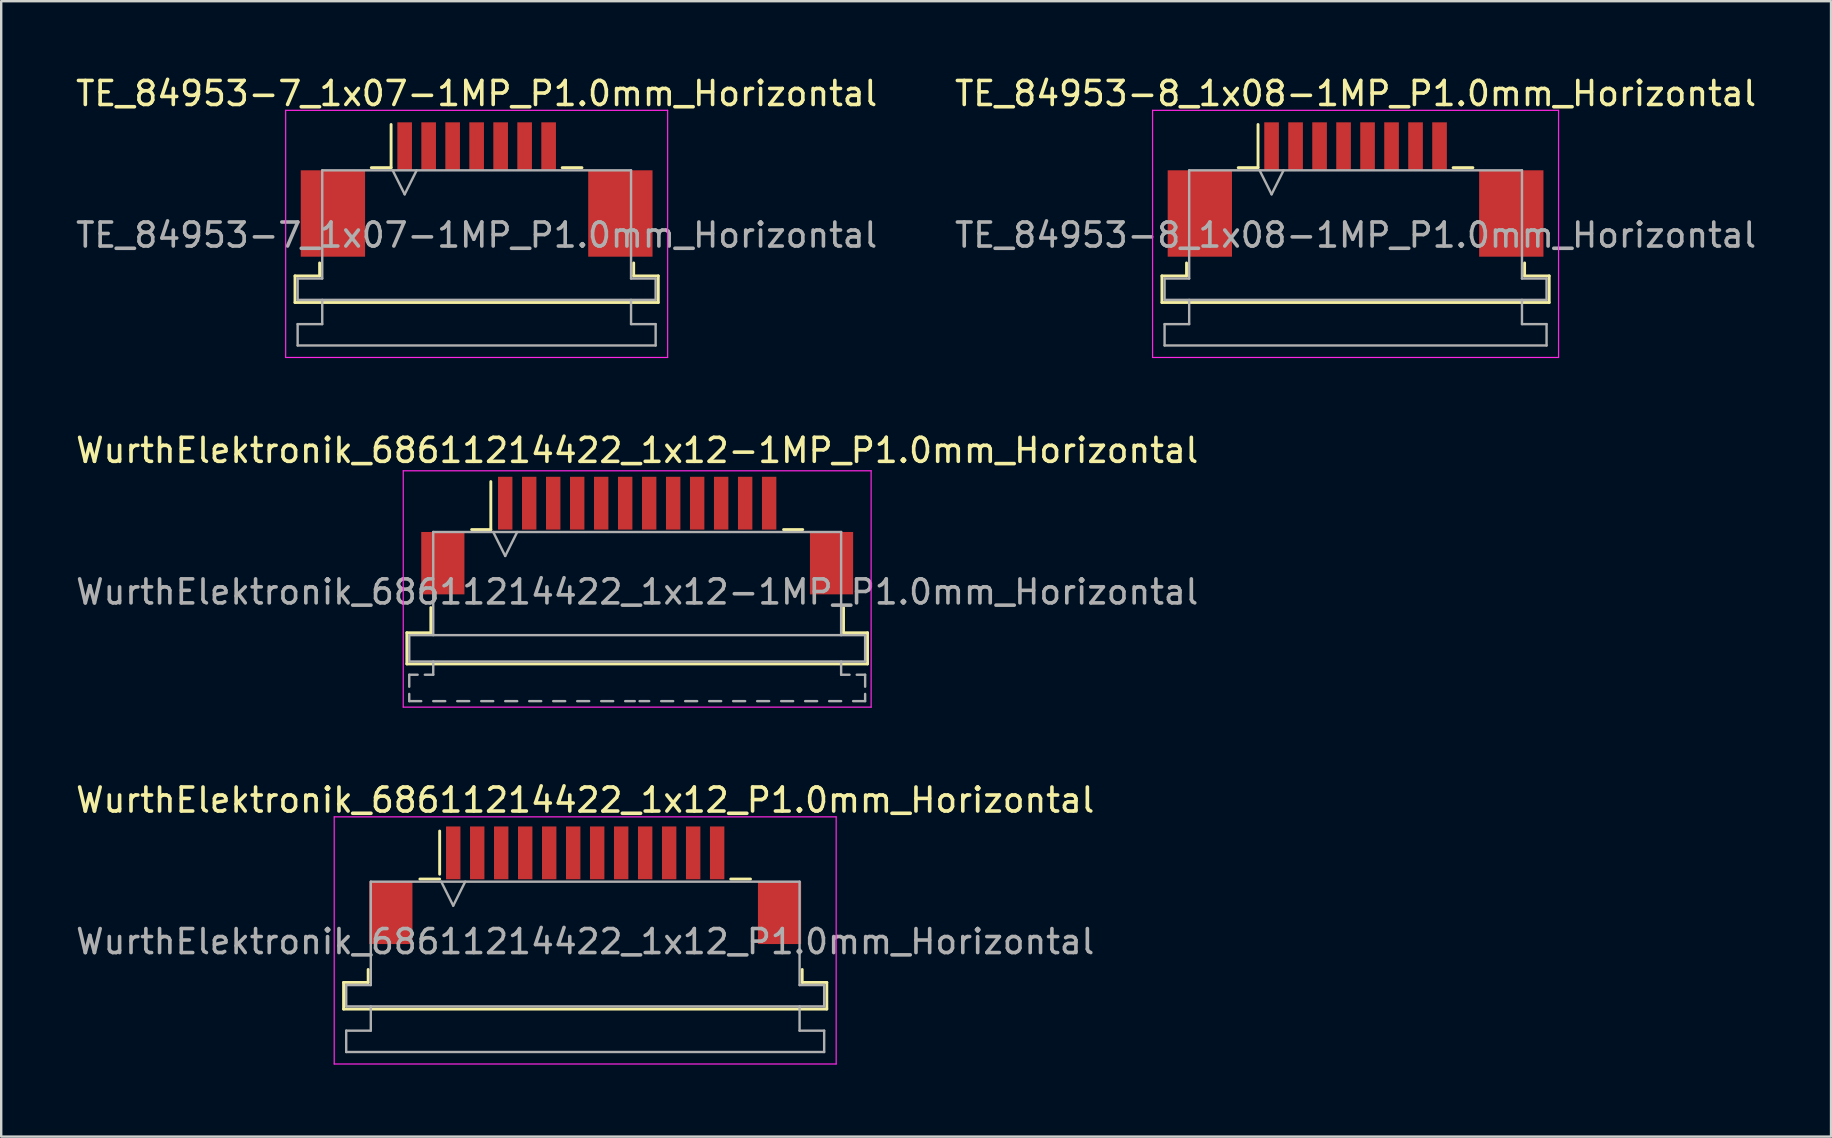
<source format=kicad_pcb>
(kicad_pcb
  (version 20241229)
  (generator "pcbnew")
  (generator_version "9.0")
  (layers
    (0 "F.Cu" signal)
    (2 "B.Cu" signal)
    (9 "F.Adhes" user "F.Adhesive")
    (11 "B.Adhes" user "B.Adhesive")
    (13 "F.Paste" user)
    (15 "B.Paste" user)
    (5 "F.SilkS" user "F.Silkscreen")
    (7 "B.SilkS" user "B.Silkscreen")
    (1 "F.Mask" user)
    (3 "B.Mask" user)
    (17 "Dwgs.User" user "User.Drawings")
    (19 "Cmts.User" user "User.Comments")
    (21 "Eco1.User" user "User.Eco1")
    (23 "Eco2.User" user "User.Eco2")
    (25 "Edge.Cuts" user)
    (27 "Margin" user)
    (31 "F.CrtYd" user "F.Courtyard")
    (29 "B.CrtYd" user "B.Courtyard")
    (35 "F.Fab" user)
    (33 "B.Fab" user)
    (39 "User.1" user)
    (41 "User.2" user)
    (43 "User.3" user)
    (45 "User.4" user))
  (footprint "TE_84953-7_1x07-1MP_P1.0mm_Horizontal"
    (layer "F.Cu")
    (at 16.815 4.848)
    (property "Reference" "TE_84953-7_1x07-1MP_P1.0mm_Horizontal" (at 0 -4 0) (layer "F.SilkS") (effects (font (size 1 1) (thickness 0.15))))
    (attr smd)
    (fp_line (start -7.57 3.6) (end -6.545 3.6) (stroke (width 0.12) (type solid)) (layer "F.SilkS"))
    (fp_line (start -7.57 4.71) (end -7.57 3.6) (stroke (width 0.12) (type solid)) (layer "F.SilkS"))
    (fp_line (start -6.545 3.6) (end -6.545 3.06) (stroke (width 0.12) (type solid)) (layer "F.SilkS"))
    (fp_line (start -4.39 -0.91) (end -3.565 -0.91) (stroke (width 0.12) (type solid)) (layer "F.SilkS"))
    (fp_line (start -3.565 -0.91) (end -3.565 -2.71) (stroke (width 0.12) (type solid)) (layer "F.SilkS"))
    (fp_line (start 3.565 -0.91) (end 4.39 -0.91) (stroke (width 0.12) (type solid)) (layer "F.SilkS"))
    (fp_line (start 6.545 3.06) (end 6.545 3.6) (stroke (width 0.12) (type solid)) (layer "F.SilkS"))
    (fp_line (start 6.545 3.6) (end 7.57 3.6) (stroke (width 0.12) (type solid)) (layer "F.SilkS"))
    (fp_line (start 7.57 3.6) (end 7.57 4.71) (stroke (width 0.12) (type solid)) (layer "F.SilkS"))
    (fp_line (start 7.57 4.71) (end -7.57 4.71) (stroke (width 0.12) (type solid)) (layer "F.SilkS"))
    (fp_line (start -7.96 -3.3) (end -7.96 7) (stroke (width 0.05) (type solid)) (layer "F.CrtYd"))
    (fp_line (start -7.96 7) (end 7.96 7) (stroke (width 0.05) (type solid)) (layer "F.CrtYd"))
    (fp_line (start 7.96 -3.3) (end -7.96 -3.3) (stroke (width 0.05) (type solid)) (layer "F.CrtYd"))
    (fp_line (start 7.96 7) (end 7.96 -3.3) (stroke (width 0.05) (type solid)) (layer "F.CrtYd"))
    (fp_line (start -7.46 3.71) (end -6.435 3.71) (stroke (width 0.1) (type solid)) (layer "F.Fab"))
    (fp_line (start -7.46 4.6) (end -7.46 3.71) (stroke (width 0.1) (type solid)) (layer "F.Fab"))
    (fp_line (start -7.46 5.61) (end -6.435 5.61) (stroke (width 0.1) (type solid)) (layer "F.Fab"))
    (fp_line (start -7.46 6.5) (end -7.46 5.61) (stroke (width 0.1) (type solid)) (layer "F.Fab"))
    (fp_line (start -6.435 -0.8) (end 6.435 -0.8) (stroke (width 0.1) (type solid)) (layer "F.Fab"))
    (fp_line (start -6.435 3.71) (end -6.435 -0.8) (stroke (width 0.1) (type solid)) (layer "F.Fab"))
    (fp_line (start -6.435 5.61) (end -6.435 4.6) (stroke (width 0.1) (type solid)) (layer "F.Fab"))
    (fp_line (start -3.5 -0.8) (end -3 0.2) (stroke (width 0.1) (type solid)) (layer "F.Fab"))
    (fp_line (start -3 0.2) (end -2.5 -0.8) (stroke (width 0.1) (type solid)) (layer "F.Fab"))
    (fp_line (start 6.435 -0.8) (end 6.435 3.71) (stroke (width 0.1) (type solid)) (layer "F.Fab"))
    (fp_line (start 6.435 3.71) (end 7.46 3.71) (stroke (width 0.1) (type solid)) (layer "F.Fab"))
    (fp_line (start 6.435 4.6) (end 6.435 5.61) (stroke (width 0.1) (type solid)) (layer "F.Fab"))
    (fp_line (start 6.435 5.61) (end 7.46 5.61) (stroke (width 0.1) (type solid)) (layer "F.Fab"))
    (fp_line (start 7.46 3.71) (end 7.46 4.6) (stroke (width 0.1) (type solid)) (layer "F.Fab"))
    (fp_line (start 7.46 4.6) (end -7.46 4.6) (stroke (width 0.1) (type solid)) (layer "F.Fab"))
    (fp_line (start 7.46 5.61) (end 7.46 6.5) (stroke (width 0.1) (type solid)) (layer "F.Fab"))
    (fp_line (start 7.46 6.5) (end -7.46 6.5) (stroke (width 0.1) (type solid)) (layer "F.Fab"))
    (fp_text user "${REFERENCE}" (at 0 1.9 0) (layer "F.Fab") (effects (font (size 1 1) (thickness 0.15))))
    (pad "1" smd rect (at -3 -1.8) (size 0.61 2) (layers "F.Cu" "F.Mask" "F.Paste"))
    (pad "2" smd rect (at -2 -1.8) (size 0.61 2) (layers "F.Cu" "F.Mask" "F.Paste"))
    (pad "3" smd rect (at -1 -1.8) (size 0.61 2) (layers "F.Cu" "F.Mask" "F.Paste"))
    (pad "4" smd rect (at 0 -1.8) (size 0.61 2) (layers "F.Cu" "F.Mask" "F.Paste"))
    (pad "5" smd rect (at 1 -1.8) (size 0.61 2) (layers "F.Cu" "F.Mask" "F.Paste"))
    (pad "6" smd rect (at 2 -1.8) (size 0.61 2) (layers "F.Cu" "F.Mask" "F.Paste"))
    (pad "7" smd rect (at 3 -1.8) (size 0.61 2) (layers "F.Cu" "F.Mask" "F.Paste"))
    (pad "MP" smd rect (at -5.99 1) (size 2.68 3.6) (layers "F.Cu" "F.Mask" "F.Paste"))
    (pad "MP" smd rect (at 5.99 1) (size 2.68 3.6) (layers "F.Cu" "F.Mask" "F.Paste")))
  (footprint "WurthElektronik_68611214422_1x12-1MP_P1.0mm_Horizontal"
    (layer "F.Cu")
    (at 23.506 19.271)
    (property "Reference" "WurthElektronik_68611214422_1x12-1MP_P1.0mm_Horizontal" (at 0 -3.55 0) (layer "F.SilkS") (effects (font (size 1 1) (thickness 0.15))))
    (attr smd)
    (fp_line (start -9.6 4.05) (end -8.6 4.05) (stroke (width 0.12) (type solid)) (layer "F.SilkS"))
    (fp_line (start -9.6 5.35) (end -9.6 4.05) (stroke (width 0.12) (type solid)) (layer "F.SilkS"))
    (fp_line (start -8.6 4.05) (end -8.6 3) (stroke (width 0.12) (type solid)) (layer "F.SilkS"))
    (fp_line (start -6.9 -0.25) (end -6.1 -0.25) (stroke (width 0.12) (type solid)) (layer "F.SilkS"))
    (fp_line (start -6.1 -0.25) (end -6.1 -2.25) (stroke (width 0.12) (type solid)) (layer "F.SilkS"))
    (fp_line (start 6.1 -0.25) (end 6.9 -0.25) (stroke (width 0.12) (type solid)) (layer "F.SilkS"))
    (fp_line (start 8.6 3) (end 8.6 4.05) (stroke (width 0.12) (type solid)) (layer "F.SilkS"))
    (fp_line (start 8.6 4.05) (end 9.6 4.05) (stroke (width 0.12) (type solid)) (layer "F.SilkS"))
    (fp_line (start 9.6 4.05) (end 9.6 5.35) (stroke (width 0.12) (type solid)) (layer "F.SilkS"))
    (fp_line (start 9.6 5.35) (end -9.6 5.35) (stroke (width 0.12) (type solid)) (layer "F.SilkS"))
    (fp_line (start -9.75 -2.7) (end -9.75 7.15) (stroke (width 0.05) (type solid)) (layer "F.CrtYd"))
    (fp_line (start -9.75 7.15) (end 9.75 7.15) (stroke (width 0.05) (type solid)) (layer "F.CrtYd"))
    (fp_line (start 9.75 -2.7) (end -9.75 -2.7) (stroke (width 0.05) (type solid)) (layer "F.CrtYd"))
    (fp_line (start 9.75 7.15) (end 9.75 -2.7) (stroke (width 0.05) (type solid)) (layer "F.CrtYd"))
    (fp_line (start -9.5 4.15) (end 9.5 4.15) (stroke (width 0.1) (type solid)) (layer "F.Fab"))
    (fp_line (start -9.5 5.25) (end -9.5 4.16) (stroke (width 0.1) (type solid)) (layer "F.Fab"))
    (fp_line (start -9.5 5.8) (end -9.15 5.8) (stroke (width 0.1) (type solid)) (layer "F.Fab"))
    (fp_line (start -9.5 6.3) (end -9.5 5.8) (stroke (width 0.1) (type solid)) (layer "F.Fab"))
    (fp_line (start -9.5 6.9) (end -9.5 6.6) (stroke (width 0.1) (type solid)) (layer "F.Fab"))
    (fp_line (start -9 6.9) (end -9.5 6.9) (stroke (width 0.1) (type solid)) (layer "F.Fab"))
    (fp_line (start -8.85 5.8) (end -8.5 5.8) (stroke (width 0.1) (type solid)) (layer "F.Fab"))
    (fp_line (start -8.5 -0.15) (end 8.5 -0.15) (stroke (width 0.1) (type solid)) (layer "F.Fab"))
    (fp_line (start -8.5 4.15) (end -8.5 -0.15) (stroke (width 0.1) (type solid)) (layer "F.Fab"))
    (fp_line (start -8.5 5.8) (end -8.5 5.25) (stroke (width 0.1) (type solid)) (layer "F.Fab"))
    (fp_line (start -8 6.9) (end -8.5 6.9) (stroke (width 0.1) (type solid)) (layer "F.Fab"))
    (fp_line (start -7 6.9) (end -7.5 6.9) (stroke (width 0.1) (type solid)) (layer "F.Fab"))
    (fp_line (start -6 -0.15) (end -5.5 0.85) (stroke (width 0.1) (type solid)) (layer "F.Fab"))
    (fp_line (start -6 6.9) (end -6.5 6.9) (stroke (width 0.1) (type solid)) (layer "F.Fab"))
    (fp_line (start -5.5 0.85) (end -5 -0.15) (stroke (width 0.1) (type solid)) (layer "F.Fab"))
    (fp_line (start -5 6.9) (end -5.5 6.9) (stroke (width 0.1) (type solid)) (layer "F.Fab"))
    (fp_line (start -4 6.9) (end -4.5 6.9) (stroke (width 0.1) (type solid)) (layer "F.Fab"))
    (fp_line (start -3 6.9) (end -3.5 6.9) (stroke (width 0.1) (type solid)) (layer "F.Fab"))
    (fp_line (start -2 6.9) (end -2.5 6.9) (stroke (width 0.1) (type solid)) (layer "F.Fab"))
    (fp_line (start -1 6.9) (end -1.5 6.9) (stroke (width 0.1) (type solid)) (layer "F.Fab"))
    (fp_line (start -0.1 6.9) (end -0.5 6.9) (stroke (width 0.1) (type solid)) (layer "F.Fab"))
    (fp_line (start 0.1 6.9) (end 0.5 6.9) (stroke (width 0.1) (type solid)) (layer "F.Fab"))
    (fp_line (start 1 6.9) (end 1.5 6.9) (stroke (width 0.1) (type solid)) (layer "F.Fab"))
    (fp_line (start 2 6.9) (end 2.5 6.9) (stroke (width 0.1) (type solid)) (layer "F.Fab"))
    (fp_line (start 3 6.9) (end 3.5 6.9) (stroke (width 0.1) (type solid)) (layer "F.Fab"))
    (fp_line (start 4 6.9) (end 4.5 6.9) (stroke (width 0.1) (type solid)) (layer "F.Fab"))
    (fp_line (start 5 6.9) (end 5.5 6.9) (stroke (width 0.1) (type solid)) (layer "F.Fab"))
    (fp_line (start 6 6.9) (end 6.5 6.9) (stroke (width 0.1) (type solid)) (layer "F.Fab"))
    (fp_line (start 7 6.9) (end 7.5 6.9) (stroke (width 0.1) (type solid)) (layer "F.Fab"))
    (fp_line (start 8 6.9) (end 8.5 6.9) (stroke (width 0.1) (type solid)) (layer "F.Fab"))
    (fp_line (start 8.5 -0.15) (end 8.5 4.15) (stroke (width 0.1) (type solid)) (layer "F.Fab"))
    (fp_line (start 8.5 5.25) (end 8.5 5.8) (stroke (width 0.1) (type solid)) (layer "F.Fab"))
    (fp_line (start 8.85 5.8) (end 8.5 5.8) (stroke (width 0.1) (type solid)) (layer "F.Fab"))
    (fp_line (start 9 6.9) (end 9.5 6.9) (stroke (width 0.1) (type solid)) (layer "F.Fab"))
    (fp_line (start 9.15 5.8) (end 9.5 5.8) (stroke (width 0.1) (type solid)) (layer "F.Fab"))
    (fp_line (start 9.5 4.16) (end 9.5 5.25) (stroke (width 0.1) (type solid)) (layer "F.Fab"))
    (fp_line (start 9.5 5.25) (end -9.5 5.25) (stroke (width 0.1) (type solid)) (layer "F.Fab"))
    (fp_line (start 9.5 5.8) (end 9.5 6.3) (stroke (width 0.1) (type solid)) (layer "F.Fab"))
    (fp_line (start 9.5 6.6) (end 9.5 6.9) (stroke (width 0.1) (type solid)) (layer "F.Fab"))
    (fp_text user "${REFERENCE}" (at 0 2.35 0) (layer "F.Fab") (effects (font (size 1 1) (thickness 0.15))))
    (pad "1" smd rect (at -5.5 -1.35) (size 0.6 2.2) (layers "F.Cu" "F.Mask" "F.Paste"))
    (pad "2" smd rect (at -4.5 -1.35) (size 0.6 2.2) (layers "F.Cu" "F.Mask" "F.Paste"))
    (pad "3" smd rect (at -3.5 -1.35) (size 0.6 2.2) (layers "F.Cu" "F.Mask" "F.Paste"))
    (pad "4" smd rect (at -2.5 -1.35) (size 0.6 2.2) (layers "F.Cu" "F.Mask" "F.Paste"))
    (pad "5" smd rect (at -1.5 -1.35) (size 0.6 2.2) (layers "F.Cu" "F.Mask" "F.Paste"))
    (pad "6" smd rect (at -0.5 -1.35) (size 0.6 2.2) (layers "F.Cu" "F.Mask" "F.Paste"))
    (pad "7" smd rect (at 0.5 -1.35) (size 0.6 2.2) (layers "F.Cu" "F.Mask" "F.Paste"))
    (pad "8" smd rect (at 1.5 -1.35) (size 0.6 2.2) (layers "F.Cu" "F.Mask" "F.Paste"))
    (pad "9" smd rect (at 2.5 -1.35) (size 0.6 2.2) (layers "F.Cu" "F.Mask" "F.Paste"))
    (pad "10" smd rect (at 3.5 -1.35) (size 0.6 2.2) (layers "F.Cu" "F.Mask" "F.Paste"))
    (pad "11" smd rect (at 4.5 -1.35) (size 0.6 2.2) (layers "F.Cu" "F.Mask" "F.Paste"))
    (pad "12" smd rect (at 5.5 -1.35) (size 0.6 2.2) (layers "F.Cu" "F.Mask" "F.Paste"))
    (pad "MP" smd rect (at -8.1 1.15) (size 1.8 2.6) (layers "F.Cu" "F.Mask" "F.Paste"))
    (pad "MP" smd rect (at 8.1 1.15) (size 1.8 2.6) (layers "F.Cu" "F.Mask" "F.Paste")))
  (footprint "TE_84953-8_1x08-1MP_P1.0mm_Horizontal"
    (layer "F.Cu")
    (at 53.446 4.848)
    (property "Reference" "TE_84953-8_1x08-1MP_P1.0mm_Horizontal" (at 0 -4 0) (layer "F.SilkS") (effects (font (size 1 1) (thickness 0.15))))
    (attr smd)
    (fp_line (start -8.07 3.6) (end -7.045 3.6) (stroke (width 0.12) (type solid)) (layer "F.SilkS"))
    (fp_line (start -8.07 4.71) (end -8.07 3.6) (stroke (width 0.12) (type solid)) (layer "F.SilkS"))
    (fp_line (start -7.045 3.6) (end -7.045 3.06) (stroke (width 0.12) (type solid)) (layer "F.SilkS"))
    (fp_line (start -4.89 -0.91) (end -4.065 -0.91) (stroke (width 0.12) (type solid)) (layer "F.SilkS"))
    (fp_line (start -4.065 -0.91) (end -4.065 -2.71) (stroke (width 0.12) (type solid)) (layer "F.SilkS"))
    (fp_line (start 4.065 -0.91) (end 4.89 -0.91) (stroke (width 0.12) (type solid)) (layer "F.SilkS"))
    (fp_line (start 7.045 3.06) (end 7.045 3.6) (stroke (width 0.12) (type solid)) (layer "F.SilkS"))
    (fp_line (start 7.045 3.6) (end 8.07 3.6) (stroke (width 0.12) (type solid)) (layer "F.SilkS"))
    (fp_line (start 8.07 3.6) (end 8.07 4.71) (stroke (width 0.12) (type solid)) (layer "F.SilkS"))
    (fp_line (start 8.07 4.71) (end -8.07 4.71) (stroke (width 0.12) (type solid)) (layer "F.SilkS"))
    (fp_line (start -8.46 -3.3) (end -8.46 7) (stroke (width 0.05) (type solid)) (layer "F.CrtYd"))
    (fp_line (start -8.46 7) (end 8.46 7) (stroke (width 0.05) (type solid)) (layer "F.CrtYd"))
    (fp_line (start 8.46 -3.3) (end -8.46 -3.3) (stroke (width 0.05) (type solid)) (layer "F.CrtYd"))
    (fp_line (start 8.46 7) (end 8.46 -3.3) (stroke (width 0.05) (type solid)) (layer "F.CrtYd"))
    (fp_line (start -7.96 3.71) (end -6.935 3.71) (stroke (width 0.1) (type solid)) (layer "F.Fab"))
    (fp_line (start -7.96 4.6) (end -7.96 3.71) (stroke (width 0.1) (type solid)) (layer "F.Fab"))
    (fp_line (start -7.96 5.61) (end -6.935 5.61) (stroke (width 0.1) (type solid)) (layer "F.Fab"))
    (fp_line (start -7.96 6.5) (end -7.96 5.61) (stroke (width 0.1) (type solid)) (layer "F.Fab"))
    (fp_line (start -6.935 -0.8) (end 6.935 -0.8) (stroke (width 0.1) (type solid)) (layer "F.Fab"))
    (fp_line (start -6.935 3.71) (end -6.935 -0.8) (stroke (width 0.1) (type solid)) (layer "F.Fab"))
    (fp_line (start -6.935 5.61) (end -6.935 4.6) (stroke (width 0.1) (type solid)) (layer "F.Fab"))
    (fp_line (start -4 -0.8) (end -3.5 0.2) (stroke (width 0.1) (type solid)) (layer "F.Fab"))
    (fp_line (start -3.5 0.2) (end -3 -0.8) (stroke (width 0.1) (type solid)) (layer "F.Fab"))
    (fp_line (start 6.935 -0.8) (end 6.935 3.71) (stroke (width 0.1) (type solid)) (layer "F.Fab"))
    (fp_line (start 6.935 3.71) (end 7.96 3.71) (stroke (width 0.1) (type solid)) (layer "F.Fab"))
    (fp_line (start 6.935 4.6) (end 6.935 5.61) (stroke (width 0.1) (type solid)) (layer "F.Fab"))
    (fp_line (start 6.935 5.61) (end 7.96 5.61) (stroke (width 0.1) (type solid)) (layer "F.Fab"))
    (fp_line (start 7.96 3.71) (end 7.96 4.6) (stroke (width 0.1) (type solid)) (layer "F.Fab"))
    (fp_line (start 7.96 4.6) (end -7.96 4.6) (stroke (width 0.1) (type solid)) (layer "F.Fab"))
    (fp_line (start 7.96 5.61) (end 7.96 6.5) (stroke (width 0.1) (type solid)) (layer "F.Fab"))
    (fp_line (start 7.96 6.5) (end -7.96 6.5) (stroke (width 0.1) (type solid)) (layer "F.Fab"))
    (fp_text user "${REFERENCE}" (at 0 1.9 0) (layer "F.Fab") (effects (font (size 1 1) (thickness 0.15))))
    (pad "1" smd rect (at -3.5 -1.8) (size 0.61 2) (layers "F.Cu" "F.Mask" "F.Paste"))
    (pad "2" smd rect (at -2.5 -1.8) (size 0.61 2) (layers "F.Cu" "F.Mask" "F.Paste"))
    (pad "3" smd rect (at -1.5 -1.8) (size 0.61 2) (layers "F.Cu" "F.Mask" "F.Paste"))
    (pad "4" smd rect (at -0.5 -1.8) (size 0.61 2) (layers "F.Cu" "F.Mask" "F.Paste"))
    (pad "5" smd rect (at 0.5 -1.8) (size 0.61 2) (layers "F.Cu" "F.Mask" "F.Paste"))
    (pad "6" smd rect (at 1.5 -1.8) (size 0.61 2) (layers "F.Cu" "F.Mask" "F.Paste"))
    (pad "7" smd rect (at 2.5 -1.8) (size 0.61 2) (layers "F.Cu" "F.Mask" "F.Paste"))
    (pad "8" smd rect (at 3.5 -1.8) (size 0.61 2) (layers "F.Cu" "F.Mask" "F.Paste"))
    (pad "MP" smd rect (at -6.49 1) (size 2.68 3.6) (layers "F.Cu" "F.Mask" "F.Paste"))
    (pad "MP" smd rect (at 6.49 1) (size 2.68 3.6) (layers "F.Cu" "F.Mask" "F.Paste")))
  (footprint "WurthElektronik_68611214422_1x12_P1.0mm_Horizontal"
    (layer "F.Cu")
    (at 21.339 33.845)
    (property "Reference" "WurthElektronik_68611214422_1x12_P1.0mm_Horizontal" (at 0 -3.55 0) (layer "F.SilkS") (effects (font (size 1 1) (thickness 0.15))))
    (attr smd)
    (fp_line (start -10.07 4.05) (end -9.045 4.05) (stroke (width 0.12) (type solid)) (layer "F.SilkS"))
    (fp_line (start -10.07 5.16) (end -10.07 4.05) (stroke (width 0.12) (type solid)) (layer "F.SilkS"))
    (fp_line (start -9.045 4.05) (end -9.045 3.51) (stroke (width 0.12) (type solid)) (layer "F.SilkS"))
    (fp_line (start -6.89 -0.26) (end -6.065 -0.26) (stroke (width 0.12) (type solid)) (layer "F.SilkS"))
    (fp_line (start -6.065 -0.46) (end -6.065 -2.26) (stroke (width 0.12) (type solid)) (layer "F.SilkS"))
    (fp_line (start 6.065 -0.26) (end 6.89 -0.26) (stroke (width 0.12) (type solid)) (layer "F.SilkS"))
    (fp_line (start 9.045 3.51) (end 9.045 4.05) (stroke (width 0.12) (type solid)) (layer "F.SilkS"))
    (fp_line (start 9.045 4.05) (end 10.07 4.05) (stroke (width 0.12) (type solid)) (layer "F.SilkS"))
    (fp_line (start 10.07 4.05) (end 10.07 5.16) (stroke (width 0.12) (type solid)) (layer "F.SilkS"))
    (fp_line (start 10.07 5.16) (end -10.07 5.16) (stroke (width 0.12) (type solid)) (layer "F.SilkS"))
    (fp_line (start -10.46 -2.85) (end -10.46 7.45) (stroke (width 0.05) (type solid)) (layer "F.CrtYd"))
    (fp_line (start -10.46 7.45) (end 10.46 7.45) (stroke (width 0.05) (type solid)) (layer "F.CrtYd"))
    (fp_line (start 10.46 -2.85) (end -10.46 -2.85) (stroke (width 0.05) (type solid)) (layer "F.CrtYd"))
    (fp_line (start 10.46 7.45) (end 10.46 -2.85) (stroke (width 0.05) (type solid)) (layer "F.CrtYd"))
    (fp_line (start -9.96 4.16) (end -8.935 4.16) (stroke (width 0.1) (type solid)) (layer "F.Fab"))
    (fp_line (start -9.96 5.05) (end -9.96 4.16) (stroke (width 0.1) (type solid)) (layer "F.Fab"))
    (fp_line (start -9.96 6.06) (end -8.935 6.06) (stroke (width 0.1) (type solid)) (layer "F.Fab"))
    (fp_line (start -9.96 6.95) (end -9.96 6.06) (stroke (width 0.1) (type solid)) (layer "F.Fab"))
    (fp_line (start -8.935 -0.15) (end 8.935 -0.15) (stroke (width 0.1) (type solid)) (layer "F.Fab"))
    (fp_line (start -8.935 4.16) (end -8.935 -0.15) (stroke (width 0.1) (type solid)) (layer "F.Fab"))
    (fp_line (start -8.935 6.06) (end -8.935 5.05) (stroke (width 0.1) (type solid)) (layer "F.Fab"))
    (fp_line (start -6 -0.15) (end -5.5 0.85) (stroke (width 0.1) (type solid)) (layer "F.Fab"))
    (fp_line (start -5.5 0.85) (end -5 -0.15) (stroke (width 0.1) (type solid)) (layer "F.Fab"))
    (fp_line (start 8.935 -0.15) (end 8.935 4.16) (stroke (width 0.1) (type solid)) (layer "F.Fab"))
    (fp_line (start 8.935 4.16) (end 9.96 4.16) (stroke (width 0.1) (type solid)) (layer "F.Fab"))
    (fp_line (start 8.935 5.05) (end 8.935 6.06) (stroke (width 0.1) (type solid)) (layer "F.Fab"))
    (fp_line (start 8.935 6.06) (end 9.96 6.06) (stroke (width 0.1) (type solid)) (layer "F.Fab"))
    (fp_line (start 9.96 4.16) (end 9.96 5.05) (stroke (width 0.1) (type solid)) (layer "F.Fab"))
    (fp_line (start 9.96 5.05) (end -9.96 5.05) (stroke (width 0.1) (type solid)) (layer "F.Fab"))
    (fp_line (start 9.96 6.06) (end 9.96 6.95) (stroke (width 0.1) (type solid)) (layer "F.Fab"))
    (fp_line (start 9.96 6.95) (end -9.96 6.95) (stroke (width 0.1) (type solid)) (layer "F.Fab"))
    (fp_text user "${REFERENCE}" (at 0 2.35 0) (layer "F.Fab") (effects (font (size 1 1) (thickness 0.15))))
    (pad "" smd rect (at -8.1 1.15) (size 1.8 2.6) (layers "F.Cu" "F.Mask" "F.Paste"))
    (pad "" smd rect (at 8.1 1.15) (size 1.8 2.6) (layers "F.Cu" "F.Mask" "F.Paste"))
    (pad "1" smd rect (at -5.5 -1.35) (size 0.6 2.2) (layers "F.Cu" "F.Mask" "F.Paste"))
    (pad "2" smd rect (at -4.5 -1.35) (size 0.6 2.2) (layers "F.Cu" "F.Mask" "F.Paste"))
    (pad "3" smd rect (at -3.5 -1.35) (size 0.6 2.2) (layers "F.Cu" "F.Mask" "F.Paste"))
    (pad "4" smd rect (at -2.5 -1.35) (size 0.6 2.2) (layers "F.Cu" "F.Mask" "F.Paste"))
    (pad "5" smd rect (at -1.5 -1.35) (size 0.6 2.2) (layers "F.Cu" "F.Mask" "F.Paste"))
    (pad "6" smd rect (at -0.5 -1.35) (size 0.6 2.2) (layers "F.Cu" "F.Mask" "F.Paste"))
    (pad "7" smd rect (at 0.5 -1.35) (size 0.6 2.2) (layers "F.Cu" "F.Mask" "F.Paste"))
    (pad "8" smd rect (at 1.5 -1.35) (size 0.6 2.2) (layers "F.Cu" "F.Mask" "F.Paste"))
    (pad "9" smd rect (at 2.5 -1.35) (size 0.6 2.2) (layers "F.Cu" "F.Mask" "F.Paste"))
    (pad "10" smd rect (at 3.5 -1.35) (size 0.6 2.2) (layers "F.Cu" "F.Mask" "F.Paste"))
    (pad "11" smd rect (at 4.5 -1.35) (size 0.6 2.2) (layers "F.Cu" "F.Mask" "F.Paste"))
    (pad "12" smd rect (at 5.5 -1.35) (size 0.6 2.2) (layers "F.Cu" "F.Mask" "F.Paste")))
  (gr_rect
    (start -3 -3)
    (end 73.262 44.32)
    (stroke (width 0.1) (type default))
    (fill no)
    (layer "Edge.Cuts")))
</source>
